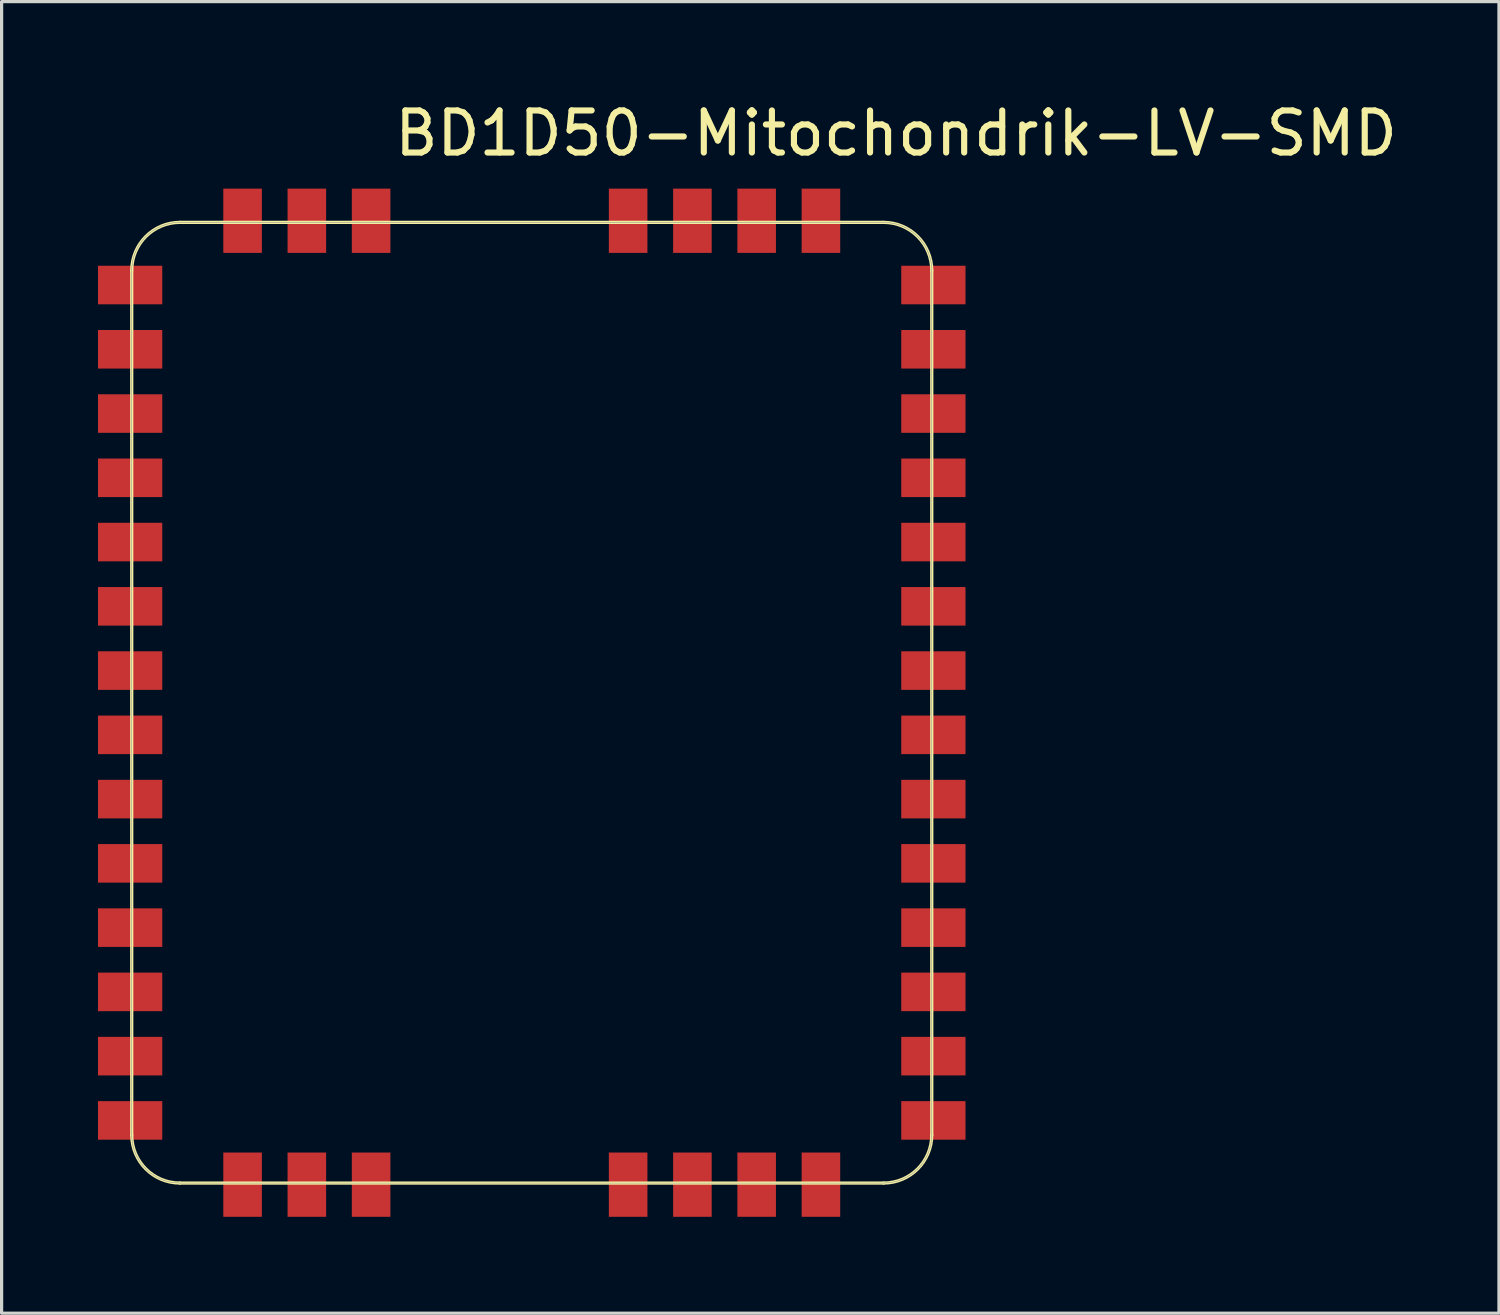
<source format=kicad_pcb>
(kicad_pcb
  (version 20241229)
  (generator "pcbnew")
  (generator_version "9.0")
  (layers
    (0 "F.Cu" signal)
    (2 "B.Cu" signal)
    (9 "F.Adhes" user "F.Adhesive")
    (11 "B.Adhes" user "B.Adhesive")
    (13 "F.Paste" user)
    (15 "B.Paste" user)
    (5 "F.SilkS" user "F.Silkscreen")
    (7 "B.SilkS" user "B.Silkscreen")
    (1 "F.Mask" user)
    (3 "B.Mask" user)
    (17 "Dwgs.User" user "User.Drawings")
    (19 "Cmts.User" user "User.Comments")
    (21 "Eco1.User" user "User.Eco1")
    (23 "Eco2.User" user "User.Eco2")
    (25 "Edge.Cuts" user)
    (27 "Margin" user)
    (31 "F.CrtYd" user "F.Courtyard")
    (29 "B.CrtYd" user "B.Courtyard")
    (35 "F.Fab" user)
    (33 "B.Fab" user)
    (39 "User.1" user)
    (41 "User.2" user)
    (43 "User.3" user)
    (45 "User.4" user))
  (footprint "BD1D50-Mitochondrik-LV-SMD"
    (layer "F.Cu")
    (at 13.5 18.821)
    (property "Reference" "BD1D50-Mitochondrik-LV-SMD" (at -4.37 -17.72 0) (layer "F.SilkS") (effects (font (size 1.309 1.309) (thickness 0.191)) (justify left)))
    (fp_line (start -12.45 13.45) (end -12.45 -13.45) (stroke (width 0.1) (type solid)) (layer "F.SilkS"))
    (fp_line (start -10.95 -14.95) (end 10.95 -14.95) (stroke (width 0.1) (type solid)) (layer "F.SilkS"))
    (fp_line (start 10.95 14.95) (end -10.95 14.95) (stroke (width 0.1) (type solid)) (layer "F.SilkS"))
    (fp_line (start 12.45 -13.45) (end 12.45 13.45) (stroke (width 0.1) (type solid)) (layer "F.SilkS"))
    (fp_arc (start -12.45 -13.45) (mid -12.01066 -14.51066) (end -10.95 -14.95) (stroke (width 0.1) (type solid)) (layer "F.SilkS"))
    (fp_arc (start -10.95 14.95) (mid -12.01066 14.51066) (end -12.45 13.45) (stroke (width 0.1) (type solid)) (layer "F.SilkS"))
    (fp_arc (start 10.95 -14.95) (mid 12.01066 -14.51066) (end 12.45 -13.45) (stroke (width 0.1) (type solid)) (layer "F.SilkS"))
    (fp_arc (start 12.45 13.45) (mid 12.01066 14.51066) (end 10.95 14.95) (stroke (width 0.1) (type solid)) (layer "F.SilkS"))
    (fp_line (start -12.45 -13.45) (end -12.45 13.45) (stroke (width 0.01) (type solid)) (layer "B.Fab"))
    (fp_line (start -10.95 14.95) (end 10.95 14.95) (stroke (width 0.01) (type solid)) (layer "B.Fab"))
    (fp_line (start 10.95 -14.95) (end -10.95 -14.95) (stroke (width 0.01) (type solid)) (layer "B.Fab"))
    (fp_line (start 12.45 13.45) (end 12.45 -13.45) (stroke (width 0.01) (type solid)) (layer "B.Fab"))
    (fp_arc (start -12.45 -13.45) (mid -12.01066 -14.51066) (end -10.95 -14.95) (stroke (width 0.01) (type solid)) (layer "B.Fab"))
    (fp_arc (start -10.95 14.95) (mid -12.01066 14.51066) (end -12.45 13.45) (stroke (width 0.01) (type solid)) (layer "B.Fab"))
    (fp_arc (start 10.95 -14.95) (mid 12.01066 -14.51066) (end 12.45 -13.45) (stroke (width 0.01) (type solid)) (layer "B.Fab"))
    (fp_arc (start 12.45 13.45) (mid 12.01066 14.51066) (end 10.95 14.95) (stroke (width 0.01) (type solid)) (layer "B.Fab"))
    (pad "1" smd rect (at -12.5 -13 90) (size 1.2 2) (layers "F.Cu" "F.Mask" "F.Paste"))
    (pad "2" smd rect (at -12.5 -11 90) (size 1.2 2) (layers "F.Cu" "F.Mask" "F.Paste"))
    (pad "3" smd rect (at -12.5 -9 90) (size 1.2 2) (layers "F.Cu" "F.Mask" "F.Paste"))
    (pad "4" smd rect (at -12.5 -7 90) (size 1.2 2) (layers "F.Cu" "F.Mask" "F.Paste"))
    (pad "5" smd rect (at -12.5 -5 90) (size 1.2 2) (layers "F.Cu" "F.Mask" "F.Paste"))
    (pad "6" smd rect (at -12.5 -3 90) (size 1.2 2) (layers "F.Cu" "F.Mask" "F.Paste"))
    (pad "7" smd rect (at -12.5 -1 90) (size 1.2 2) (layers "F.Cu" "F.Mask" "F.Paste"))
    (pad "8" smd rect (at -12.5 1 90) (size 1.2 2) (layers "F.Cu" "F.Mask" "F.Paste"))
    (pad "9" smd rect (at -12.5 3 90) (size 1.2 2) (layers "F.Cu" "F.Mask" "F.Paste"))
    (pad "10" smd rect (at -12.5 5 90) (size 1.2 2) (layers "F.Cu" "F.Mask" "F.Paste"))
    (pad "11" smd rect (at -12.5 7 90) (size 1.2 2) (layers "F.Cu" "F.Mask" "F.Paste"))
    (pad "12" smd rect (at -12.5 9 90) (size 1.2 2) (layers "F.Cu" "F.Mask" "F.Paste"))
    (pad "13" smd rect (at -12.5 11 90) (size 1.2 2) (layers "F.Cu" "F.Mask" "F.Paste"))
    (pad "14" smd rect (at -12.5 13 90) (size 1.2 2) (layers "F.Cu" "F.Mask" "F.Paste"))
    (pad "15" smd rect (at -9 15) (size 1.2 2) (layers "F.Cu" "F.Mask" "F.Paste"))
    (pad "16" smd rect (at -7 15) (size 1.2 2) (layers "F.Cu" "F.Mask" "F.Paste"))
    (pad "17" smd rect (at -5 15) (size 1.2 2) (layers "F.Cu" "F.Mask" "F.Paste"))
    (pad "18" smd rect (at 3 15) (size 1.2 2) (layers "F.Cu" "F.Mask" "F.Paste"))
    (pad "19" smd rect (at 5 15) (size 1.2 2) (layers "F.Cu" "F.Mask" "F.Paste"))
    (pad "20" smd rect (at 7 15) (size 1.2 2) (layers "F.Cu" "F.Mask" "F.Paste"))
    (pad "21" smd rect (at 9 15) (size 1.2 2) (layers "F.Cu" "F.Mask" "F.Paste"))
    (pad "22" smd rect (at 12.5 13 270) (size 1.2 2) (layers "F.Cu" "F.Mask" "F.Paste"))
    (pad "23" smd rect (at 12.5 11 270) (size 1.2 2) (layers "F.Cu" "F.Mask" "F.Paste"))
    (pad "24" smd rect (at 12.5 9 270) (size 1.2 2) (layers "F.Cu" "F.Mask" "F.Paste"))
    (pad "25" smd rect (at 12.5 7 270) (size 1.2 2) (layers "F.Cu" "F.Mask" "F.Paste"))
    (pad "26" smd rect (at 12.5 5 270) (size 1.2 2) (layers "F.Cu" "F.Mask" "F.Paste"))
    (pad "27" smd rect (at 12.5 3 270) (size 1.2 2) (layers "F.Cu" "F.Mask" "F.Paste"))
    (pad "28" smd rect (at 12.5 1 270) (size 1.2 2) (layers "F.Cu" "F.Mask" "F.Paste"))
    (pad "29" smd rect (at 12.5 -1 270) (size 1.2 2) (layers "F.Cu" "F.Mask" "F.Paste"))
    (pad "30" smd rect (at 12.5 -3 270) (size 1.2 2) (layers "F.Cu" "F.Mask" "F.Paste"))
    (pad "31" smd rect (at 12.5 -5 270) (size 1.2 2) (layers "F.Cu" "F.Mask" "F.Paste"))
    (pad "32" smd rect (at 12.5 -7 270) (size 1.2 2) (layers "F.Cu" "F.Mask" "F.Paste"))
    (pad "33" smd rect (at 12.5 -9 270) (size 1.2 2) (layers "F.Cu" "F.Mask" "F.Paste"))
    (pad "34" smd rect (at 12.5 -11 270) (size 1.2 2) (layers "F.Cu" "F.Mask" "F.Paste"))
    (pad "35" smd rect (at 12.5 -13 270) (size 1.2 2) (layers "F.Cu" "F.Mask" "F.Paste"))
    (pad "36" smd rect (at 9 -15 180) (size 1.2 2) (layers "F.Cu" "F.Mask" "F.Paste"))
    (pad "37" smd rect (at 7 -15 180) (size 1.2 2) (layers "F.Cu" "F.Mask" "F.Paste"))
    (pad "38" smd rect (at 5 -15 180) (size 1.2 2) (layers "F.Cu" "F.Mask" "F.Paste"))
    (pad "39" smd rect (at 3 -15 180) (size 1.2 2) (layers "F.Cu" "F.Mask" "F.Paste"))
    (pad "40" smd rect (at -5 -15 180) (size 1.2 2) (layers "F.Cu" "F.Mask" "F.Paste"))
    (pad "41" smd rect (at -7 -15 180) (size 1.2 2) (layers "F.Cu" "F.Mask" "F.Paste"))
    (pad "42" smd rect (at -9 -15 180) (size 1.2 2) (layers "F.Cu" "F.Mask" "F.Paste")))
  (gr_rect
    (start -3 -3)
    (end 43.603 37.821)
    (stroke (width 0.1) (type default))
    (fill no)
    (layer "Edge.Cuts")))
</source>
